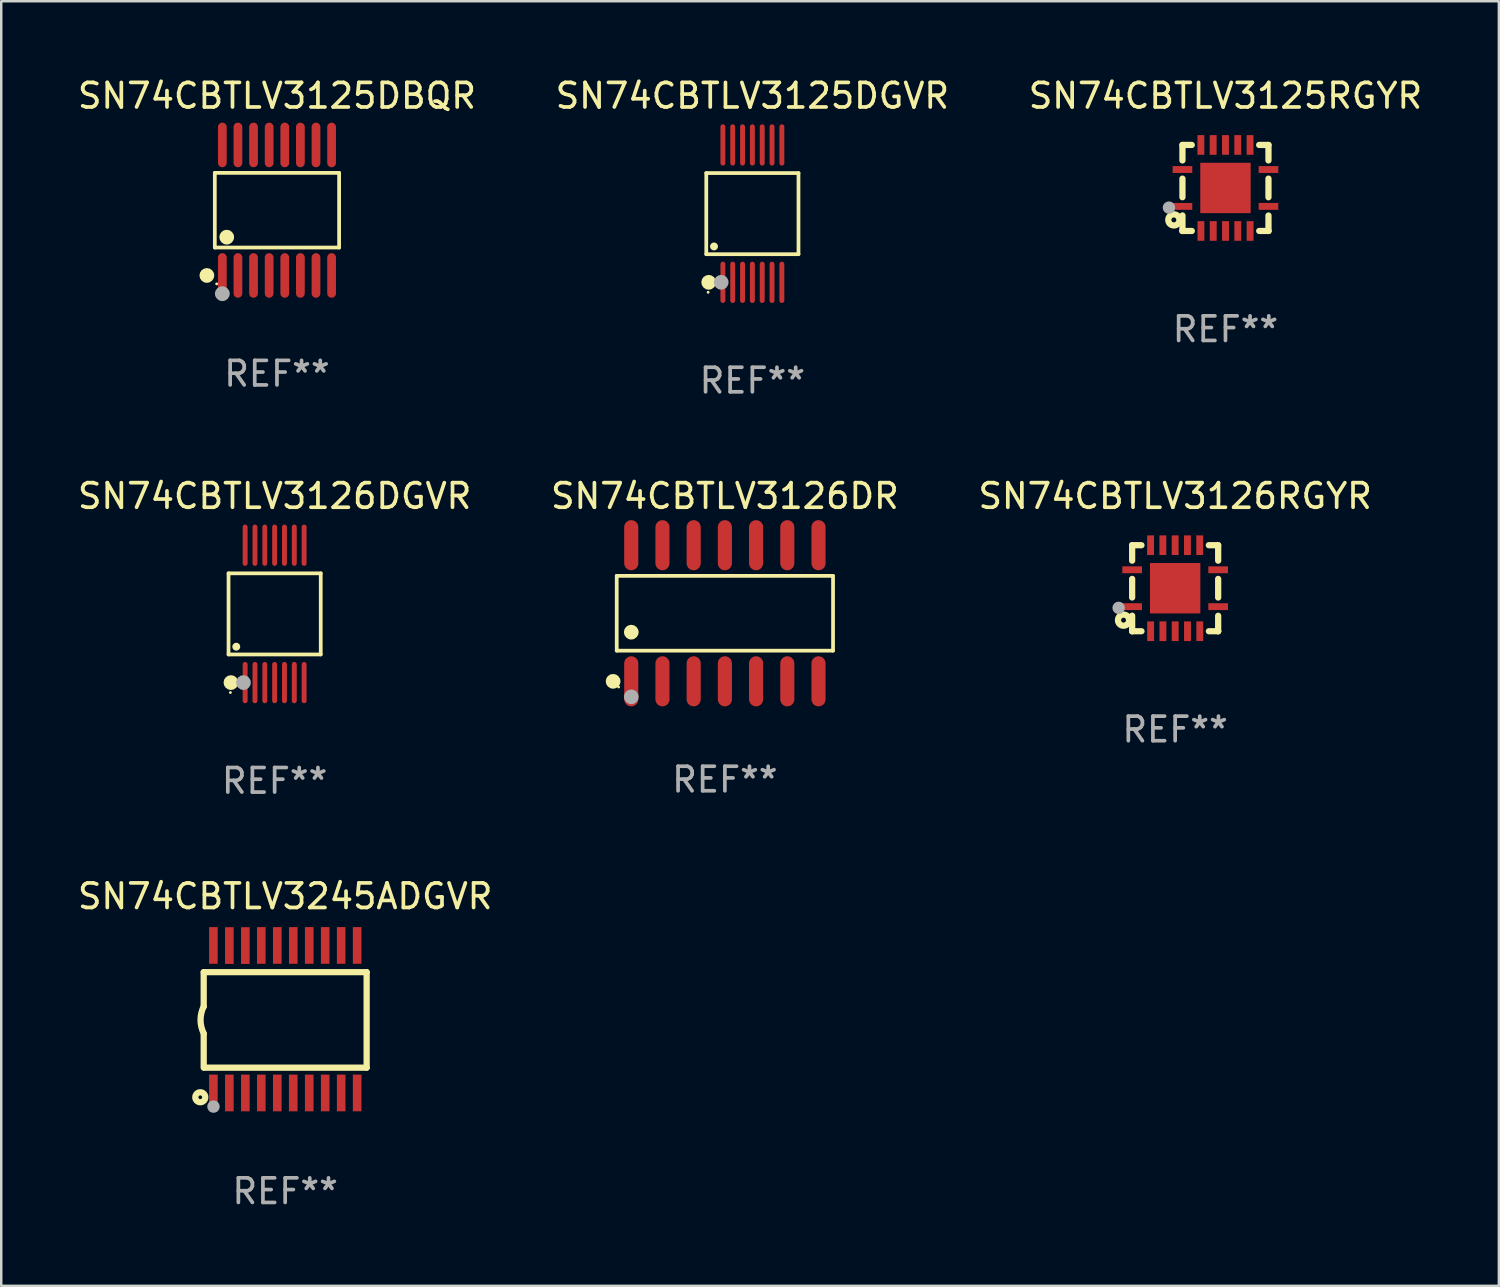
<source format=kicad_pcb>
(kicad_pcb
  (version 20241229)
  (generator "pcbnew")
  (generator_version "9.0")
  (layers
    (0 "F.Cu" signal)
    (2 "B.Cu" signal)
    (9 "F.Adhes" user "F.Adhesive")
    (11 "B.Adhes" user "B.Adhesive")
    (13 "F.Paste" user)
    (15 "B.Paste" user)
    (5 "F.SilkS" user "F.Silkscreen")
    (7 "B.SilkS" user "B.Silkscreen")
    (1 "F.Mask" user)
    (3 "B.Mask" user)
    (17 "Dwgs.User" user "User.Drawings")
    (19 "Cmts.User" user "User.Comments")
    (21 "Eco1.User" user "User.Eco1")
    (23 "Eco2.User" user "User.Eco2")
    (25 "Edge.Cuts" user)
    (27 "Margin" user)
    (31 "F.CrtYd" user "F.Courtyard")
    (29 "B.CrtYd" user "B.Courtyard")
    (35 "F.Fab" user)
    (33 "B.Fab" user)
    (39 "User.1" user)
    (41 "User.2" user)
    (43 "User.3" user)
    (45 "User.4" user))
  (footprint "SN74CBTLV3126RGYR"
    (layer "F.Cu")
    (at 44.768 20.885)
    (property "Reference" "SN74CBTLV3126RGYR" (at 0 -3.75 0) (layer "F.SilkS") (effects (font (size 1 1) (thickness 0.15))))
    (attr through_hole)
    (fp_line (start -1.75 1.75) (end -1.37 1.75) (stroke (width 0.254) (type solid)) (layer "F.SilkS"))
    (fp_line (start -1.75 -1.75) (end -1.75 -1.121) (stroke (width 0.254) (type solid)) (layer "F.SilkS"))
    (fp_line (start -1.75 -0.379) (end -1.75 0.377) (stroke (width 0.254) (type solid)) (layer "F.SilkS"))
    (fp_line (start -1.75 1.119) (end -1.75 1.75) (stroke (width 0.254) (type solid)) (layer "F.SilkS"))
    (fp_line (start -1.75 1.75) (end -1.75 1.75) (stroke (width 0.254) (type solid)) (layer "F.SilkS"))
    (fp_line (start -1.371 -1.75) (end -1.75 -1.75) (stroke (width 0.254) (type solid)) (layer "F.SilkS"))
    (fp_line (start 1.373 1.75) (end 1.75 1.75) (stroke (width 0.254) (type solid)) (layer "F.SilkS"))
    (fp_line (start 1.75 1.75) (end 1.75 1.75) (stroke (width 0.254) (type solid)) (layer "F.SilkS"))
    (fp_line (start 1.75 -1.75) (end 1.371 -1.75) (stroke (width 0.254) (type solid)) (layer "F.SilkS"))
    (fp_line (start 1.75 -1.121) (end 1.75 -1.75) (stroke (width 0.254) (type solid)) (layer "F.SilkS"))
    (fp_line (start 1.75 0.379) (end 1.75 -0.379) (stroke (width 0.254) (type solid)) (layer "F.SilkS"))
    (fp_line (start 1.75 1.75) (end 1.75 1.121) (stroke (width 0.254) (type solid)) (layer "F.SilkS"))
    (fp_circle (center -2.1 1.3) (end -2 1.3) (stroke (width 0.254) (type solid)) (fill no) (layer "F.SilkS"))
    (fp_circle (center -1.747 1.751) (end -1.717 1.751) (stroke (width 0.06) (type solid)) (fill no) (layer "F.SilkS"))
    (fp_circle (center -2.3 0.8) (end -2.173 0.8) (stroke (width 0.254) (type solid)) (fill no) (layer "F.Fab"))
    (fp_text user "REF**" (at 0 5.75 0) (layer "F.Fab") (effects (font (size 1 1) (thickness 0.15))))
    (pad "1" smd rect (at -1.75 0.75 270) (size 0.28 0.8) (layers "F.Cu" "F.Mask" "F.Paste"))
    (pad "2" smd rect (at -0.998 1.75 180) (size 0.28 0.8) (layers "F.Cu" "F.Mask" "F.Paste"))
    (pad "3" smd rect (at -0.498 1.75 180) (size 0.28 0.8) (layers "F.Cu" "F.Mask" "F.Paste"))
    (pad "4" smd rect (at 0.002 1.75 180) (size 0.28 0.8) (layers "F.Cu" "F.Mask" "F.Paste"))
    (pad "5" smd rect (at 0.502 1.75 180) (size 0.28 0.8) (layers "F.Cu" "F.Mask" "F.Paste"))
    (pad "6" smd rect (at 1.002 1.75 180) (size 0.28 0.8) (layers "F.Cu" "F.Mask" "F.Paste"))
    (pad "7" smd rect (at 1.75 0.75 270) (size 0.28 0.8) (layers "F.Cu" "F.Mask" "F.Paste"))
    (pad "8" smd rect (at 1.75 -0.75 270) (size 0.28 0.8) (layers "F.Cu" "F.Mask" "F.Paste"))
    (pad "9" smd rect (at 1 -1.75) (size 0.28 0.8) (layers "F.Cu" "F.Mask" "F.Paste"))
    (pad "10" smd rect (at 0.5 -1.75) (size 0.28 0.8) (layers "F.Cu" "F.Mask" "F.Paste"))
    (pad "11" smd rect (at 0 -1.75) (size 0.28 0.8) (layers "F.Cu" "F.Mask" "F.Paste"))
    (pad "12" smd rect (at -0.5 -1.75) (size 0.28 0.8) (layers "F.Cu" "F.Mask" "F.Paste"))
    (pad "13" smd rect (at -1 -1.75) (size 0.28 0.8) (layers "F.Cu" "F.Mask" "F.Paste"))
    (pad "14" smd rect (at -1.75 -0.75 90) (size 0.28 0.8) (layers "F.Cu" "F.Mask" "F.Paste"))
    (pad "15" smd rect (at 0 0 180) (size 2.05 2.05) (layers "F.Cu" "F.Mask" "F.Paste")))
  (footprint "SN74CBTLV3125RGYR"
    (layer "F.Cu")
    (at 46.815 4.598)
    (property "Reference" "SN74CBTLV3125RGYR" (at 0 -3.75 0) (layer "F.SilkS") (effects (font (size 1 1) (thickness 0.15))))
    (attr through_hole)
    (fp_line (start -1.75 1.75) (end -1.37 1.75) (stroke (width 0.254) (type solid)) (layer "F.SilkS"))
    (fp_line (start -1.75 -1.75) (end -1.75 -1.121) (stroke (width 0.254) (type solid)) (layer "F.SilkS"))
    (fp_line (start -1.75 -0.379) (end -1.75 0.377) (stroke (width 0.254) (type solid)) (layer "F.SilkS"))
    (fp_line (start -1.75 1.119) (end -1.75 1.75) (stroke (width 0.254) (type solid)) (layer "F.SilkS"))
    (fp_line (start -1.75 1.75) (end -1.75 1.75) (stroke (width 0.254) (type solid)) (layer "F.SilkS"))
    (fp_line (start -1.371 -1.75) (end -1.75 -1.75) (stroke (width 0.254) (type solid)) (layer "F.SilkS"))
    (fp_line (start 1.373 1.75) (end 1.75 1.75) (stroke (width 0.254) (type solid)) (layer "F.SilkS"))
    (fp_line (start 1.75 1.75) (end 1.75 1.75) (stroke (width 0.254) (type solid)) (layer "F.SilkS"))
    (fp_line (start 1.75 -1.75) (end 1.371 -1.75) (stroke (width 0.254) (type solid)) (layer "F.SilkS"))
    (fp_line (start 1.75 -1.121) (end 1.75 -1.75) (stroke (width 0.254) (type solid)) (layer "F.SilkS"))
    (fp_line (start 1.75 0.379) (end 1.75 -0.379) (stroke (width 0.254) (type solid)) (layer "F.SilkS"))
    (fp_line (start 1.75 1.75) (end 1.75 1.121) (stroke (width 0.254) (type solid)) (layer "F.SilkS"))
    (fp_circle (center -2.1 1.3) (end -2 1.3) (stroke (width 0.254) (type solid)) (fill no) (layer "F.SilkS"))
    (fp_circle (center -1.747 1.751) (end -1.717 1.751) (stroke (width 0.06) (type solid)) (fill no) (layer "F.SilkS"))
    (fp_circle (center -2.3 0.8) (end -2.173 0.8) (stroke (width 0.254) (type solid)) (fill no) (layer "F.Fab"))
    (fp_text user "REF**" (at 0 5.75 0) (layer "F.Fab") (effects (font (size 1 1) (thickness 0.15))))
    (pad "1" smd rect (at -1.75 0.75 270) (size 0.28 0.8) (layers "F.Cu" "F.Mask" "F.Paste"))
    (pad "2" smd rect (at -0.998 1.75 180) (size 0.28 0.8) (layers "F.Cu" "F.Mask" "F.Paste"))
    (pad "3" smd rect (at -0.498 1.75 180) (size 0.28 0.8) (layers "F.Cu" "F.Mask" "F.Paste"))
    (pad "4" smd rect (at 0.002 1.75 180) (size 0.28 0.8) (layers "F.Cu" "F.Mask" "F.Paste"))
    (pad "5" smd rect (at 0.502 1.75 180) (size 0.28 0.8) (layers "F.Cu" "F.Mask" "F.Paste"))
    (pad "6" smd rect (at 1.002 1.75 180) (size 0.28 0.8) (layers "F.Cu" "F.Mask" "F.Paste"))
    (pad "7" smd rect (at 1.75 0.75 270) (size 0.28 0.8) (layers "F.Cu" "F.Mask" "F.Paste"))
    (pad "8" smd rect (at 1.75 -0.75 270) (size 0.28 0.8) (layers "F.Cu" "F.Mask" "F.Paste"))
    (pad "9" smd rect (at 1 -1.75) (size 0.28 0.8) (layers "F.Cu" "F.Mask" "F.Paste"))
    (pad "10" smd rect (at 0.5 -1.75) (size 0.28 0.8) (layers "F.Cu" "F.Mask" "F.Paste"))
    (pad "11" smd rect (at 0 -1.75) (size 0.28 0.8) (layers "F.Cu" "F.Mask" "F.Paste"))
    (pad "12" smd rect (at -0.5 -1.75) (size 0.28 0.8) (layers "F.Cu" "F.Mask" "F.Paste"))
    (pad "13" smd rect (at -1 -1.75) (size 0.28 0.8) (layers "F.Cu" "F.Mask" "F.Paste"))
    (pad "14" smd rect (at -1.75 -0.75 90) (size 0.28 0.8) (layers "F.Cu" "F.Mask" "F.Paste"))
    (pad "15" smd rect (at 0 0 180) (size 2.05 2.05) (layers "F.Cu" "F.Mask" "F.Paste")))
  (footprint "SN74CBTLV3245ADGVR"
    (layer "F.Cu")
    (at 8.554 38.422)
    (property "Reference" "SN74CBTLV3245ADGVR" (at 0 -5.001 0) (layer "F.SilkS") (effects (font (size 1 1) (thickness 0.15))))
    (attr through_hole)
    (fp_line (start -3.315 -0.517) (end -3.315 -1.914) (stroke (width 0.254) (type solid)) (layer "F.SilkS"))
    (fp_line (start -3.315 1.972) (end -3.315 0.601) (stroke (width 0.254) (type solid)) (layer "F.SilkS"))
    (fp_line (start 3.315 -1.914) (end -3.315 -1.914) (stroke (width 0.254) (type solid)) (layer "F.SilkS"))
    (fp_line (start 3.315 1.972) (end -3.287 1.972) (stroke (width 0.254) (type solid)) (layer "F.SilkS"))
    (fp_line (start 3.315 1.972) (end 3.315 -1.914) (stroke (width 0.254) (type solid)) (layer "F.SilkS"))
    (fp_arc (start -3.314707 0.57521) (mid -3.443628 0.029096) (end -3.314707 -0.517018) (stroke (width 0.254001) (type solid)) (layer "F.SilkS"))
    (fp_circle (center -3.454 3.176) (end -3.378 3.176) (stroke (width 0.254) (type solid)) (fill no) (layer "F.SilkS"))
    (fp_circle (center -3.246 3.2) (end -3.216 3.2) (stroke (width 0.06) (type solid)) (fill no) (layer "F.SilkS"))
    (fp_circle (center -2.917 3.556) (end -2.79 3.556) (stroke (width 0.254) (type solid)) (fill no) (layer "F.Fab"))
    (fp_text user "REF**" (at 0 7.001 0) (layer "F.Fab") (effects (font (size 1 1) (thickness 0.15))))
    (pad "1" smd rect (at -2.921 3.001) (size 0.35 1.494) (layers "F.Cu" "F.Mask" "F.Paste"))
    (pad "2" smd rect (at -2.271 3.001) (size 0.35 1.494) (layers "F.Cu" "F.Mask" "F.Paste"))
    (pad "3" smd rect (at -1.621 3.001) (size 0.35 1.494) (layers "F.Cu" "F.Mask" "F.Paste"))
    (pad "4" smd rect (at -0.971 3.001) (size 0.35 1.494) (layers "F.Cu" "F.Mask" "F.Paste"))
    (pad "5" smd rect (at -0.321 3.001) (size 0.35 1.494) (layers "F.Cu" "F.Mask" "F.Paste"))
    (pad "6" smd rect (at 0.328 3.001) (size 0.35 1.494) (layers "F.Cu" "F.Mask" "F.Paste"))
    (pad "7" smd rect (at 0.979 3.001) (size 0.35 1.494) (layers "F.Cu" "F.Mask" "F.Paste"))
    (pad "8" smd rect (at 1.629 3.001) (size 0.35 1.494) (layers "F.Cu" "F.Mask" "F.Paste"))
    (pad "9" smd rect (at 2.279 3.001) (size 0.35 1.494) (layers "F.Cu" "F.Mask" "F.Paste"))
    (pad "10" smd rect (at 2.929 3.001) (size 0.35 1.494) (layers "F.Cu" "F.Mask" "F.Paste"))
    (pad "11" smd rect (at 2.929 -3.001) (size 0.35 1.494) (layers "F.Cu" "F.Mask" "F.Paste"))
    (pad "12" smd rect (at 2.279 -3.001) (size 0.35 1.494) (layers "F.Cu" "F.Mask" "F.Paste"))
    (pad "13" smd rect (at 1.629 -3.001) (size 0.35 1.494) (layers "F.Cu" "F.Mask" "F.Paste"))
    (pad "14" smd rect (at 0.979 -3.001) (size 0.35 1.494) (layers "F.Cu" "F.Mask" "F.Paste"))
    (pad "15" smd rect (at 0.329 -3.001) (size 0.35 1.494) (layers "F.Cu" "F.Mask" "F.Paste"))
    (pad "16" smd rect (at -0.321 -3.001) (size 0.35 1.494) (layers "F.Cu" "F.Mask" "F.Paste"))
    (pad "17" smd rect (at -0.971 -3.001) (size 0.35 1.494) (layers "F.Cu" "F.Mask" "F.Paste"))
    (pad "18" smd rect (at -1.621 -2.996) (size 0.35 1.494) (layers "F.Cu" "F.Mask" "F.Paste"))
    (pad "19" smd rect (at -2.271 -2.996) (size 0.35 1.494) (layers "F.Cu" "F.Mask" "F.Paste"))
    (pad "20" smd rect (at -2.921 -3.001) (size 0.35 1.494) (layers "F.Cu" "F.Mask" "F.Paste")))
  (footprint "SN74CBTLV3125DBQR"
    (layer "F.Cu")
    (at 8.22 5.503)
    (property "Reference" "SN74CBTLV3125DBQR" (at 0 -4.655 0) (layer "F.SilkS") (effects (font (size 1 1) (thickness 0.15))))
    (attr through_hole)
    (fp_line (start -2.529 -1.519) (end 2.529 -1.519) (stroke (width 0.152) (type solid)) (layer "F.SilkS"))
    (fp_line (start -2.529 1.519) (end -2.529 -1.519) (stroke (width 0.152) (type solid)) (layer "F.SilkS"))
    (fp_line (start 2.529 -1.519) (end 2.529 1.519) (stroke (width 0.152) (type solid)) (layer "F.SilkS"))
    (fp_line (start 2.529 1.519) (end -2.529 1.519) (stroke (width 0.152) (type solid)) (layer "F.SilkS"))
    (fp_circle (center -2.853 2.655) (end -2.703 2.655) (stroke (width 0.3) (type solid)) (fill no) (layer "F.SilkS"))
    (fp_circle (center -2.453 2.998) (end -2.423 2.998) (stroke (width 0.06) (type solid)) (fill no) (layer "F.SilkS"))
    (fp_circle (center -2.045 1.097) (end -1.895 1.097) (stroke (width 0.3) (type solid)) (fill no) (layer "F.SilkS"))
    (fp_circle (center -2.223 3.398) (end -2.072 3.398) (stroke (width 0.3) (type solid)) (fill no) (layer "F.Fab"))
    (fp_text user "REF**" (at 0 6.655 0) (layer "F.Fab") (effects (font (size 1 1) (thickness 0.15))))
    (pad "1" smd oval (at -2.223 2.655) (size 0.356 1.815) (layers "F.Cu" "F.Mask" "F.Paste"))
    (pad "2" smd oval (at -1.588 2.655) (size 0.356 1.815) (layers "F.Cu" "F.Mask" "F.Paste"))
    (pad "3" smd oval (at -0.953 2.655) (size 0.356 1.815) (layers "F.Cu" "F.Mask" "F.Paste"))
    (pad "4" smd oval (at -0.318 2.655) (size 0.356 1.815) (layers "F.Cu" "F.Mask" "F.Paste"))
    (pad "5" smd oval (at 0.318 2.655) (size 0.356 1.815) (layers "F.Cu" "F.Mask" "F.Paste"))
    (pad "6" smd oval (at 0.953 2.655) (size 0.356 1.815) (layers "F.Cu" "F.Mask" "F.Paste"))
    (pad "7" smd oval (at 1.588 2.655) (size 0.356 1.815) (layers "F.Cu" "F.Mask" "F.Paste"))
    (pad "8" smd oval (at 2.223 2.655) (size 0.356 1.815) (layers "F.Cu" "F.Mask" "F.Paste"))
    (pad "9" smd oval (at 2.223 -2.655) (size 0.356 1.815) (layers "F.Cu" "F.Mask" "F.Paste"))
    (pad "10" smd oval (at 1.588 -2.655) (size 0.356 1.815) (layers "F.Cu" "F.Mask" "F.Paste"))
    (pad "11" smd oval (at 0.953 -2.655) (size 0.356 1.815) (layers "F.Cu" "F.Mask" "F.Paste"))
    (pad "12" smd oval (at 0.318 -2.655) (size 0.356 1.815) (layers "F.Cu" "F.Mask" "F.Paste"))
    (pad "13" smd oval (at -0.318 -2.655) (size 0.356 1.815) (layers "F.Cu" "F.Mask" "F.Paste"))
    (pad "14" smd oval (at -0.953 -2.655) (size 0.356 1.815) (layers "F.Cu" "F.Mask" "F.Paste"))
    (pad "15" smd oval (at -1.588 -2.655) (size 0.356 1.815) (layers "F.Cu" "F.Mask" "F.Paste"))
    (pad "16" smd oval (at -2.223 -2.655) (size 0.356 1.815) (layers "F.Cu" "F.Mask" "F.Paste")))
  (footprint "SN74CBTLV3126DR"
    (layer "F.Cu")
    (at 26.446 21.904)
    (property "Reference" "SN74CBTLV3126DR" (at 0 -4.769 0) (layer "F.SilkS") (effects (font (size 1 1) (thickness 0.15))))
    (attr through_hole)
    (fp_line (start -4.401 -1.521) (end 4.401 -1.521) (stroke (width 0.152) (type solid)) (layer "F.SilkS"))
    (fp_line (start -4.401 1.521) (end -4.401 -1.521) (stroke (width 0.152) (type solid)) (layer "F.SilkS"))
    (fp_line (start 4.401 -1.521) (end 4.401 1.521) (stroke (width 0.152) (type solid)) (layer "F.SilkS"))
    (fp_line (start 4.401 1.521) (end -4.401 1.521) (stroke (width 0.152) (type solid)) (layer "F.SilkS"))
    (fp_circle (center -4.549 2.769) (end -4.399 2.769) (stroke (width 0.3) (type solid)) (fill no) (layer "F.SilkS"))
    (fp_circle (center -4.325 3) (end -4.295 3) (stroke (width 0.06) (type solid)) (fill no) (layer "F.SilkS"))
    (fp_circle (center -3.81 0.769) (end -3.66 0.769) (stroke (width 0.3) (type solid)) (fill no) (layer "F.SilkS"))
    (fp_circle (center -3.81 3.4) (end -3.66 3.4) (stroke (width 0.3) (type solid)) (fill no) (layer "F.Fab"))
    (fp_text user "REF**" (at 0 6.769 0) (layer "F.Fab") (effects (font (size 1 1) (thickness 0.15))))
    (pad "1" smd oval (at -3.81 2.769) (size 0.574 2.038) (layers "F.Cu" "F.Mask" "F.Paste"))
    (pad "2" smd oval (at -2.54 2.769) (size 0.574 2.038) (layers "F.Cu" "F.Mask" "F.Paste"))
    (pad "3" smd oval (at -1.27 2.769) (size 0.574 2.038) (layers "F.Cu" "F.Mask" "F.Paste"))
    (pad "4" smd oval (at 0 2.769) (size 0.574 2.038) (layers "F.Cu" "F.Mask" "F.Paste"))
    (pad "5" smd oval (at 1.27 2.769) (size 0.574 2.038) (layers "F.Cu" "F.Mask" "F.Paste"))
    (pad "6" smd oval (at 2.54 2.769) (size 0.574 2.038) (layers "F.Cu" "F.Mask" "F.Paste"))
    (pad "7" smd oval (at 3.81 2.769) (size 0.574 2.038) (layers "F.Cu" "F.Mask" "F.Paste"))
    (pad "8" smd oval (at 3.81 -2.769) (size 0.574 2.038) (layers "F.Cu" "F.Mask" "F.Paste"))
    (pad "9" smd oval (at 2.54 -2.769) (size 0.574 2.038) (layers "F.Cu" "F.Mask" "F.Paste"))
    (pad "10" smd oval (at 1.27 -2.769) (size 0.574 2.038) (layers "F.Cu" "F.Mask" "F.Paste"))
    (pad "11" smd oval (at 0 -2.769) (size 0.574 2.038) (layers "F.Cu" "F.Mask" "F.Paste"))
    (pad "12" smd oval (at -1.27 -2.769) (size 0.574 2.038) (layers "F.Cu" "F.Mask" "F.Paste"))
    (pad "13" smd oval (at -2.54 -2.769) (size 0.574 2.038) (layers "F.Cu" "F.Mask" "F.Paste"))
    (pad "14" smd oval (at -3.81 -2.769) (size 0.574 2.038) (layers "F.Cu" "F.Mask" "F.Paste")))
  (footprint "SN74CBTLV3126DGVR"
    (layer "F.Cu")
    (at 8.125 21.93)
    (property "Reference" "SN74CBTLV3126DGVR" (at 0 -4.795 0) (layer "F.SilkS") (effects (font (size 1 1) (thickness 0.15))))
    (attr through_hole)
    (fp_line (start -1.876 -1.65) (end 1.876 -1.65) (stroke (width 0.152) (type solid)) (layer "F.SilkS"))
    (fp_line (start -1.876 1.65) (end -1.876 -1.65) (stroke (width 0.152) (type solid)) (layer "F.SilkS"))
    (fp_line (start 1.876 -1.65) (end 1.876 1.65) (stroke (width 0.152) (type solid)) (layer "F.SilkS"))
    (fp_line (start 1.876 1.65) (end -1.876 1.65) (stroke (width 0.152) (type solid)) (layer "F.SilkS"))
    (fp_circle (center -1.8 3.2) (end -1.77 3.2) (stroke (width 0.06) (type solid)) (fill no) (layer "F.SilkS"))
    (fp_circle (center -1.778 2.794) (end -1.628 2.794) (stroke (width 0.3) (type solid)) (fill no) (layer "F.SilkS"))
    (fp_circle (center -1.561 1.335) (end -1.48 1.335) (stroke (width 0.162) (type solid)) (fill no) (layer "F.SilkS"))
    (fp_circle (center -1.27 2.794) (end -1.12 2.794) (stroke (width 0.3) (type solid)) (fill no) (layer "F.Fab"))
    (fp_text user "REF**" (at 0 6.795 0) (layer "F.Fab") (effects (font (size 1 1) (thickness 0.15))))
    (pad "1" smd oval (at -1.2 2.795) (size 0.2 1.68) (layers "F.Cu" "F.Mask" "F.Paste"))
    (pad "2" smd oval (at -0.8 2.795) (size 0.2 1.68) (layers "F.Cu" "F.Mask" "F.Paste"))
    (pad "3" smd oval (at -0.4 2.795) (size 0.2 1.68) (layers "F.Cu" "F.Mask" "F.Paste"))
    (pad "4" smd oval (at 0 2.795) (size 0.2 1.68) (layers "F.Cu" "F.Mask" "F.Paste"))
    (pad "5" smd oval (at 0.4 2.795) (size 0.2 1.68) (layers "F.Cu" "F.Mask" "F.Paste"))
    (pad "6" smd oval (at 0.8 2.795) (size 0.2 1.68) (layers "F.Cu" "F.Mask" "F.Paste"))
    (pad "7" smd oval (at 1.2 2.795) (size 0.2 1.68) (layers "F.Cu" "F.Mask" "F.Paste"))
    (pad "8" smd oval (at 1.2 -2.795) (size 0.2 1.68) (layers "F.Cu" "F.Mask" "F.Paste"))
    (pad "9" smd oval (at 0.8 -2.795) (size 0.2 1.68) (layers "F.Cu" "F.Mask" "F.Paste"))
    (pad "10" smd oval (at 0.4 -2.795) (size 0.2 1.68) (layers "F.Cu" "F.Mask" "F.Paste"))
    (pad "11" smd oval (at 0 -2.795) (size 0.2 1.68) (layers "F.Cu" "F.Mask" "F.Paste"))
    (pad "12" smd oval (at -0.4 -2.795) (size 0.2 1.68) (layers "F.Cu" "F.Mask" "F.Paste"))
    (pad "13" smd oval (at -0.8 -2.795) (size 0.2 1.68) (layers "F.Cu" "F.Mask" "F.Paste"))
    (pad "14" smd oval (at -1.2 -2.795) (size 0.2 1.68) (layers "F.Cu" "F.Mask" "F.Paste")))
  (footprint "SN74CBTLV3125DGVR"
    (layer "F.Cu")
    (at 27.565 5.643)
    (property "Reference" "SN74CBTLV3125DGVR" (at 0 -4.795 0) (layer "F.SilkS") (effects (font (size 1 1) (thickness 0.15))))
    (attr through_hole)
    (fp_line (start -1.876 -1.65) (end 1.876 -1.65) (stroke (width 0.152) (type solid)) (layer "F.SilkS"))
    (fp_line (start -1.876 1.65) (end -1.876 -1.65) (stroke (width 0.152) (type solid)) (layer "F.SilkS"))
    (fp_line (start 1.876 -1.65) (end 1.876 1.65) (stroke (width 0.152) (type solid)) (layer "F.SilkS"))
    (fp_line (start 1.876 1.65) (end -1.876 1.65) (stroke (width 0.152) (type solid)) (layer "F.SilkS"))
    (fp_circle (center -1.8 3.2) (end -1.77 3.2) (stroke (width 0.06) (type solid)) (fill no) (layer "F.SilkS"))
    (fp_circle (center -1.778 2.794) (end -1.628 2.794) (stroke (width 0.3) (type solid)) (fill no) (layer "F.SilkS"))
    (fp_circle (center -1.561 1.335) (end -1.48 1.335) (stroke (width 0.162) (type solid)) (fill no) (layer "F.SilkS"))
    (fp_circle (center -1.27 2.794) (end -1.12 2.794) (stroke (width 0.3) (type solid)) (fill no) (layer "F.Fab"))
    (fp_text user "REF**" (at 0 6.795 0) (layer "F.Fab") (effects (font (size 1 1) (thickness 0.15))))
    (pad "1" smd oval (at -1.2 2.795) (size 0.2 1.68) (layers "F.Cu" "F.Mask" "F.Paste"))
    (pad "2" smd oval (at -0.8 2.795) (size 0.2 1.68) (layers "F.Cu" "F.Mask" "F.Paste"))
    (pad "3" smd oval (at -0.4 2.795) (size 0.2 1.68) (layers "F.Cu" "F.Mask" "F.Paste"))
    (pad "4" smd oval (at 0 2.795) (size 0.2 1.68) (layers "F.Cu" "F.Mask" "F.Paste"))
    (pad "5" smd oval (at 0.4 2.795) (size 0.2 1.68) (layers "F.Cu" "F.Mask" "F.Paste"))
    (pad "6" smd oval (at 0.8 2.795) (size 0.2 1.68) (layers "F.Cu" "F.Mask" "F.Paste"))
    (pad "7" smd oval (at 1.2 2.795) (size 0.2 1.68) (layers "F.Cu" "F.Mask" "F.Paste"))
    (pad "8" smd oval (at 1.2 -2.795) (size 0.2 1.68) (layers "F.Cu" "F.Mask" "F.Paste"))
    (pad "9" smd oval (at 0.8 -2.795) (size 0.2 1.68) (layers "F.Cu" "F.Mask" "F.Paste"))
    (pad "10" smd oval (at 0.4 -2.795) (size 0.2 1.68) (layers "F.Cu" "F.Mask" "F.Paste"))
    (pad "11" smd oval (at 0 -2.795) (size 0.2 1.68) (layers "F.Cu" "F.Mask" "F.Paste"))
    (pad "12" smd oval (at -0.4 -2.795) (size 0.2 1.68) (layers "F.Cu" "F.Mask" "F.Paste"))
    (pad "13" smd oval (at -0.8 -2.795) (size 0.2 1.68) (layers "F.Cu" "F.Mask" "F.Paste"))
    (pad "14" smd oval (at -1.2 -2.795) (size 0.2 1.68) (layers "F.Cu" "F.Mask" "F.Paste")))
  (gr_rect
    (start -3 -3)
    (end 57.94 49.272)
    (stroke (width 0.1) (type default))
    (fill no)
    (layer "Edge.Cuts")))
</source>
